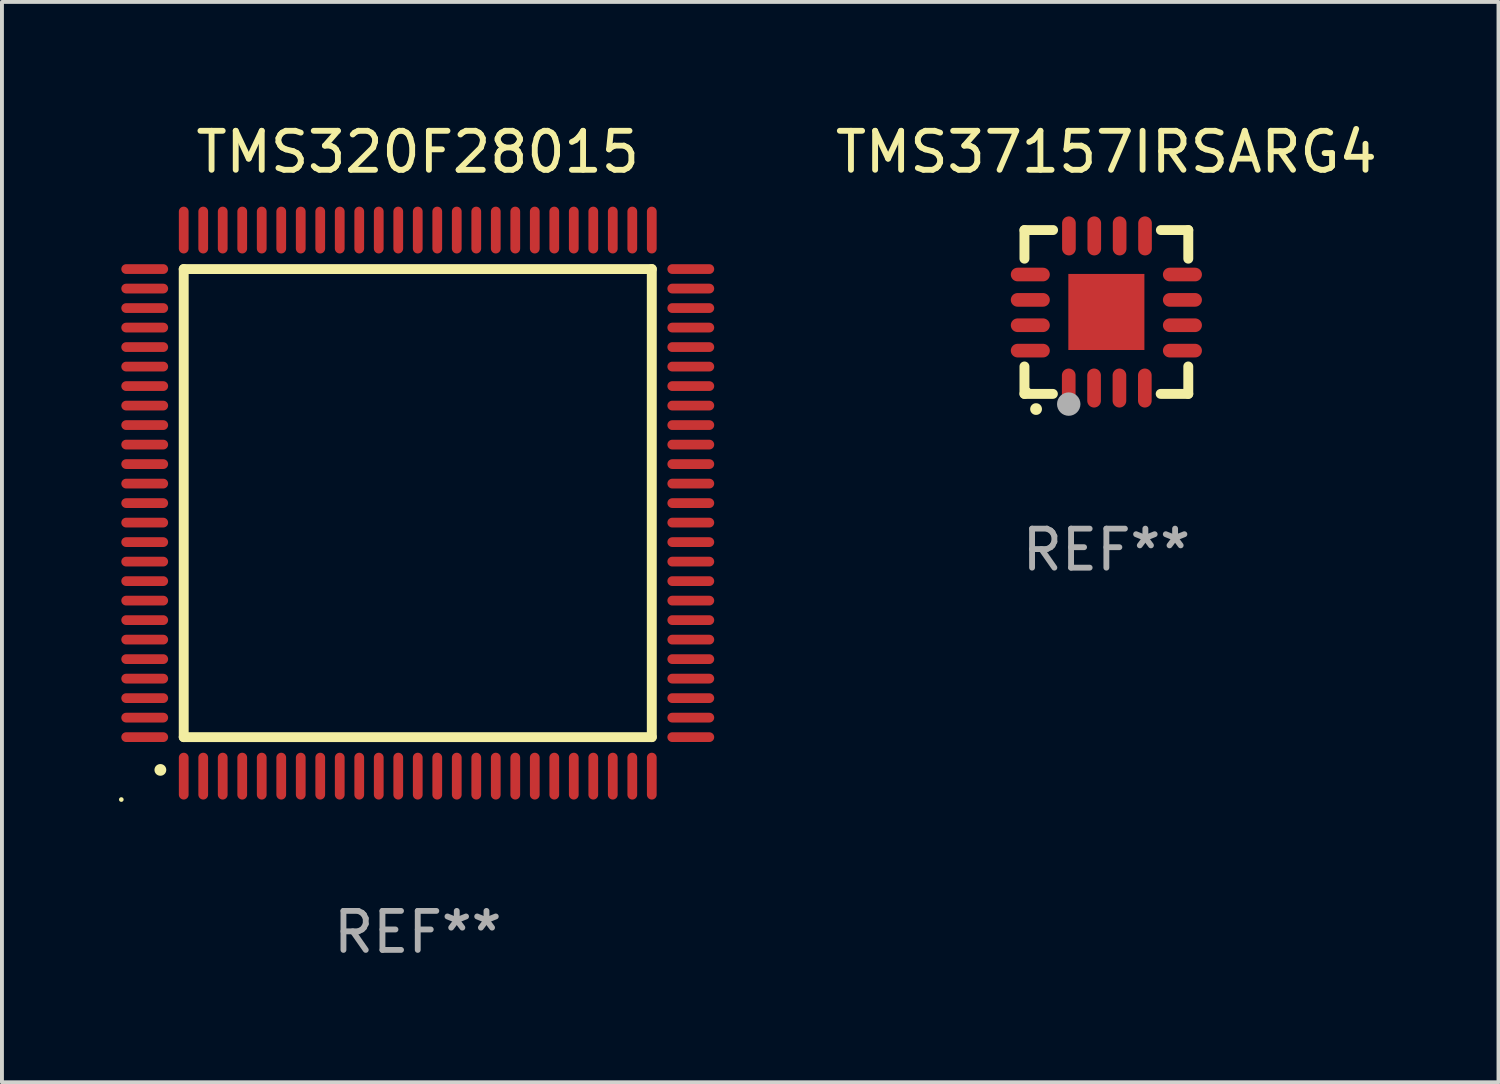
<source format=kicad_pcb>
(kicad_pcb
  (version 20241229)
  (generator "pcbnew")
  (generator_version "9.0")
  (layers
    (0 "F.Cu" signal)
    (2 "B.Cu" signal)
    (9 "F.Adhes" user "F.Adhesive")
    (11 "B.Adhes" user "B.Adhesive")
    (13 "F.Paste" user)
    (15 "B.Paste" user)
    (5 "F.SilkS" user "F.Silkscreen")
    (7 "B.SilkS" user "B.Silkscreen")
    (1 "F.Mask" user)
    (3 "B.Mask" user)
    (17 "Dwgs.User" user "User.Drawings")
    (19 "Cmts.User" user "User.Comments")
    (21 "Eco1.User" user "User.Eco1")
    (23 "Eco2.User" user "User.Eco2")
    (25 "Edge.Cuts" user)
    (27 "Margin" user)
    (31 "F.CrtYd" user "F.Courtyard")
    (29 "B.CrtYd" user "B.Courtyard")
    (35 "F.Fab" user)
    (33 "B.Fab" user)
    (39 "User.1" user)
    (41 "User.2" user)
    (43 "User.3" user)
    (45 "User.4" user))
  (footprint "TMS37157IRSARG4"
    (layer "F.Cu")
    (at 25.314 4.948)
    (property "Reference" "TMS37157IRSARG4" (at 0 -4.1 0) (layer "F.SilkS") (effects (font (size 1 1) (thickness 0.15))))
    (attr through_hole)
    (fp_line (start -2.1 -2.1) (end -1.366 -2.1) (stroke (width 0.254) (type solid)) (layer "F.SilkS"))
    (fp_line (start -2.1 -1.366) (end -2.1 -2.1) (stroke (width 0.254) (type solid)) (layer "F.SilkS"))
    (fp_line (start -2.1 2.1) (end -2.1 1.397) (stroke (width 0.254) (type solid)) (layer "F.SilkS"))
    (fp_line (start -2.1 2.1) (end -1.371 2.1) (stroke (width 0.254) (type solid)) (layer "F.SilkS"))
    (fp_line (start 1.392 2.1) (end 2.1 2.1) (stroke (width 0.254) (type solid)) (layer "F.SilkS"))
    (fp_line (start 1.397 -2.1) (end 2.1 -2.1) (stroke (width 0.254) (type solid)) (layer "F.SilkS"))
    (fp_line (start 2.1 -1.366) (end 2.1 -2.1) (stroke (width 0.254) (type solid)) (layer "F.SilkS"))
    (fp_line (start 2.1 2.1) (end 2.1 1.397) (stroke (width 0.254) (type solid)) (layer "F.SilkS"))
    (fp_arc (start -1.803404 2.489205) (mid -1.802134 2.4892) (end -1.800864 2.489205) (stroke (width 0.3) (type solid)) (layer "F.SilkS"))
    (fp_circle (center -2 2) (end -1.97 2) (stroke (width 0.06) (type solid)) (fill no) (layer "F.SilkS"))
    (fp_circle (center -0.965 2.362) (end -0.815 2.362) (stroke (width 0.3) (type solid)) (fill no) (layer "F.Fab"))
    (fp_text user "REF**" (at 0 6.1 0) (layer "F.Fab") (effects (font (size 1 1) (thickness 0.15))))
    (pad "1" smd oval (at -0.965 1.95) (size 0.35 1) (layers "F.Cu" "F.Mask" "F.Paste"))
    (pad "2" smd oval (at -0.315 1.95) (size 0.35 1) (layers "F.Cu" "F.Mask" "F.Paste"))
    (pad "3" smd oval (at 0.335 1.95) (size 0.35 1) (layers "F.Cu" "F.Mask" "F.Paste"))
    (pad "4" smd oval (at 0.986 1.95) (size 0.35 1) (layers "F.Cu" "F.Mask" "F.Paste"))
    (pad "5" smd oval (at 1.95 0.991) (size 1 0.35) (layers "F.Cu" "F.Mask" "F.Paste"))
    (pad "6" smd oval (at 1.95 0.34) (size 1 0.35) (layers "F.Cu" "F.Mask" "F.Paste"))
    (pad "7" smd oval (at 1.95 -0.31) (size 1 0.35) (layers "F.Cu" "F.Mask" "F.Paste"))
    (pad "8" smd oval (at 1.95 -0.96) (size 1 0.35) (layers "F.Cu" "F.Mask" "F.Paste"))
    (pad "9" smd oval (at 0.991 -1.95) (size 0.35 1) (layers "F.Cu" "F.Mask" "F.Paste"))
    (pad "10" smd oval (at 0.34 -1.95) (size 0.35 1) (layers "F.Cu" "F.Mask" "F.Paste"))
    (pad "11" smd oval (at -0.31 -1.95) (size 0.35 1) (layers "F.Cu" "F.Mask" "F.Paste"))
    (pad "12" smd oval (at -0.96 -1.95) (size 0.35 1) (layers "F.Cu" "F.Mask" "F.Paste"))
    (pad "13" smd oval (at -1.95 -0.96) (size 1 0.35) (layers "F.Cu" "F.Mask" "F.Paste"))
    (pad "14" smd oval (at -1.95 -0.31) (size 1 0.35) (layers "F.Cu" "F.Mask" "F.Paste"))
    (pad "15" smd oval (at -1.95 0.34) (size 1 0.35) (layers "F.Cu" "F.Mask" "F.Paste"))
    (pad "16" smd oval (at -1.95 0.991) (size 1 0.35) (layers "F.Cu" "F.Mask" "F.Paste"))
    (pad "17" smd rect (at 0 0) (size 1.95 1.95) (layers "F.Cu" "F.Mask" "F.Paste")))
  (footprint "TMS320F28015"
    (layer "F.Cu")
    (at 7.66 9.848)
    (property "Reference" "TMS320F28015" (at 0 -9 0) (layer "F.SilkS") (effects (font (size 1 1) (thickness 0.15))))
    (attr through_hole)
    (fp_line (start -6 -6) (end 6 -6) (stroke (width 0.254) (type solid)) (layer "F.SilkS"))
    (fp_line (start -6 6) (end -6 -6) (stroke (width 0.254) (type solid)) (layer "F.SilkS"))
    (fp_line (start 6 -6) (end 6 6) (stroke (width 0.254) (type solid)) (layer "F.SilkS"))
    (fp_line (start 6 6) (end -6 6) (stroke (width 0.254) (type solid)) (layer "F.SilkS"))
    (fp_arc (start -6.600025 6.840005) (mid -6.598755 6.84) (end -6.597485 6.840005) (stroke (width 0.3) (type solid)) (layer "F.SilkS"))
    (fp_circle (center -7.6 7.6) (end -7.57 7.6) (stroke (width 0.06) (type solid)) (fill no) (layer "F.SilkS"))
    (fp_text user "REF**" (at 0 11 0) (layer "F.Fab") (effects (font (size 1 1) (thickness 0.15))))
    (pad "1" smd oval (at -6 7 180) (size 0.25 1.2) (layers "F.Cu" "F.Mask" "F.Paste"))
    (pad "2" smd oval (at -5.5 7 180) (size 0.25 1.2) (layers "F.Cu" "F.Mask" "F.Paste"))
    (pad "3" smd oval (at -5 7 180) (size 0.25 1.2) (layers "F.Cu" "F.Mask" "F.Paste"))
    (pad "4" smd oval (at -4.5 7 180) (size 0.25 1.2) (layers "F.Cu" "F.Mask" "F.Paste"))
    (pad "5" smd oval (at -4 7 180) (size 0.25 1.2) (layers "F.Cu" "F.Mask" "F.Paste"))
    (pad "6" smd oval (at -3.5 7 180) (size 0.25 1.2) (layers "F.Cu" "F.Mask" "F.Paste"))
    (pad "7" smd oval (at -3 7 180) (size 0.25 1.2) (layers "F.Cu" "F.Mask" "F.Paste"))
    (pad "8" smd oval (at -2.5 7 180) (size 0.25 1.2) (layers "F.Cu" "F.Mask" "F.Paste"))
    (pad "9" smd oval (at -2 7 180) (size 0.25 1.2) (layers "F.Cu" "F.Mask" "F.Paste"))
    (pad "10" smd oval (at -1.5 7 180) (size 0.25 1.2) (layers "F.Cu" "F.Mask" "F.Paste"))
    (pad "11" smd oval (at -1 7 180) (size 0.25 1.2) (layers "F.Cu" "F.Mask" "F.Paste"))
    (pad "12" smd oval (at -0.5 7 180) (size 0.25 1.2) (layers "F.Cu" "F.Mask" "F.Paste"))
    (pad "13" smd oval (at 0 7 180) (size 0.25 1.2) (layers "F.Cu" "F.Mask" "F.Paste"))
    (pad "14" smd oval (at 0.5 7 180) (size 0.25 1.2) (layers "F.Cu" "F.Mask" "F.Paste"))
    (pad "15" smd oval (at 1 7 180) (size 0.25 1.2) (layers "F.Cu" "F.Mask" "F.Paste"))
    (pad "16" smd oval (at 1.5 7 180) (size 0.25 1.2) (layers "F.Cu" "F.Mask" "F.Paste"))
    (pad "17" smd oval (at 2 7 180) (size 0.25 1.2) (layers "F.Cu" "F.Mask" "F.Paste"))
    (pad "18" smd oval (at 2.5 7 180) (size 0.25 1.2) (layers "F.Cu" "F.Mask" "F.Paste"))
    (pad "19" smd oval (at 3 7 180) (size 0.25 1.2) (layers "F.Cu" "F.Mask" "F.Paste"))
    (pad "20" smd oval (at 3.5 7 180) (size 0.25 1.2) (layers "F.Cu" "F.Mask" "F.Paste"))
    (pad "21" smd oval (at 4 7 180) (size 0.25 1.2) (layers "F.Cu" "F.Mask" "F.Paste"))
    (pad "22" smd oval (at 4.5 7 180) (size 0.25 1.2) (layers "F.Cu" "F.Mask" "F.Paste"))
    (pad "23" smd oval (at 5 7 180) (size 0.25 1.2) (layers "F.Cu" "F.Mask" "F.Paste"))
    (pad "24" smd oval (at 5.5 7 180) (size 0.25 1.2) (layers "F.Cu" "F.Mask" "F.Paste"))
    (pad "25" smd oval (at 6 7 180) (size 0.25 1.2) (layers "F.Cu" "F.Mask" "F.Paste"))
    (pad "26" smd oval (at 7 6 90) (size 0.25 1.2) (layers "F.Cu" "F.Mask" "F.Paste"))
    (pad "27" smd oval (at 7 5.5 90) (size 0.25 1.2) (layers "F.Cu" "F.Mask" "F.Paste"))
    (pad "28" smd oval (at 7 5 90) (size 0.25 1.2) (layers "F.Cu" "F.Mask" "F.Paste"))
    (pad "29" smd oval (at 7 4.5 90) (size 0.25 1.2) (layers "F.Cu" "F.Mask" "F.Paste"))
    (pad "30" smd oval (at 7 4 90) (size 0.25 1.2) (layers "F.Cu" "F.Mask" "F.Paste"))
    (pad "31" smd oval (at 7 3.5 90) (size 0.25 1.2) (layers "F.Cu" "F.Mask" "F.Paste"))
    (pad "32" smd oval (at 7 3 90) (size 0.25 1.2) (layers "F.Cu" "F.Mask" "F.Paste"))
    (pad "33" smd oval (at 7 2.5 90) (size 0.25 1.2) (layers "F.Cu" "F.Mask" "F.Paste"))
    (pad "34" smd oval (at 7 2 90) (size 0.25 1.2) (layers "F.Cu" "F.Mask" "F.Paste"))
    (pad "35" smd oval (at 7 1.5 90) (size 0.25 1.2) (layers "F.Cu" "F.Mask" "F.Paste"))
    (pad "36" smd oval (at 7 1 90) (size 0.25 1.2) (layers "F.Cu" "F.Mask" "F.Paste"))
    (pad "37" smd oval (at 7 0.5 90) (size 0.25 1.2) (layers "F.Cu" "F.Mask" "F.Paste"))
    (pad "38" smd oval (at 7 0 90) (size 0.25 1.2) (layers "F.Cu" "F.Mask" "F.Paste"))
    (pad "39" smd oval (at 7 -0.5 90) (size 0.25 1.2) (layers "F.Cu" "F.Mask" "F.Paste"))
    (pad "40" smd oval (at 7 -1 90) (size 0.25 1.2) (layers "F.Cu" "F.Mask" "F.Paste"))
    (pad "41" smd oval (at 7 -1.5 90) (size 0.25 1.2) (layers "F.Cu" "F.Mask" "F.Paste"))
    (pad "42" smd oval (at 7 -2 90) (size 0.25 1.2) (layers "F.Cu" "F.Mask" "F.Paste"))
    (pad "43" smd oval (at 7 -2.5 90) (size 0.25 1.2) (layers "F.Cu" "F.Mask" "F.Paste"))
    (pad "44" smd oval (at 7 -3 90) (size 0.25 1.2) (layers "F.Cu" "F.Mask" "F.Paste"))
    (pad "45" smd oval (at 7 -3.5 90) (size 0.25 1.2) (layers "F.Cu" "F.Mask" "F.Paste"))
    (pad "46" smd oval (at 7 -4 90) (size 0.25 1.2) (layers "F.Cu" "F.Mask" "F.Paste"))
    (pad "47" smd oval (at 7 -4.5 90) (size 0.25 1.2) (layers "F.Cu" "F.Mask" "F.Paste"))
    (pad "48" smd oval (at 7 -5 90) (size 0.25 1.2) (layers "F.Cu" "F.Mask" "F.Paste"))
    (pad "49" smd oval (at 7 -5.5 90) (size 0.25 1.2) (layers "F.Cu" "F.Mask" "F.Paste"))
    (pad "50" smd oval (at 7 -6 90) (size 0.25 1.2) (layers "F.Cu" "F.Mask" "F.Paste"))
    (pad "51" smd oval (at 6 -7 180) (size 0.25 1.2) (layers "F.Cu" "F.Mask" "F.Paste"))
    (pad "52" smd oval (at 5.5 -7 180) (size 0.25 1.2) (layers "F.Cu" "F.Mask" "F.Paste"))
    (pad "53" smd oval (at 5 -7 180) (size 0.25 1.2) (layers "F.Cu" "F.Mask" "F.Paste"))
    (pad "54" smd oval (at 4.5 -7 180) (size 0.25 1.2) (layers "F.Cu" "F.Mask" "F.Paste"))
    (pad "55" smd oval (at 4 -7 180) (size 0.25 1.2) (layers "F.Cu" "F.Mask" "F.Paste"))
    (pad "56" smd oval (at 3.5 -7 180) (size 0.25 1.2) (layers "F.Cu" "F.Mask" "F.Paste"))
    (pad "57" smd oval (at 3 -7 180) (size 0.25 1.2) (layers "F.Cu" "F.Mask" "F.Paste"))
    (pad "58" smd oval (at 2.5 -7 180) (size 0.25 1.2) (layers "F.Cu" "F.Mask" "F.Paste"))
    (pad "59" smd oval (at 2 -7 180) (size 0.25 1.2) (layers "F.Cu" "F.Mask" "F.Paste"))
    (pad "60" smd oval (at 1.5 -7 180) (size 0.25 1.2) (layers "F.Cu" "F.Mask" "F.Paste"))
    (pad "61" smd oval (at 1 -7 180) (size 0.25 1.2) (layers "F.Cu" "F.Mask" "F.Paste"))
    (pad "62" smd oval (at 0.5 -7 180) (size 0.25 1.2) (layers "F.Cu" "F.Mask" "F.Paste"))
    (pad "63" smd oval (at 0 -7 180) (size 0.25 1.2) (layers "F.Cu" "F.Mask" "F.Paste"))
    (pad "64" smd oval (at -0.5 -7 180) (size 0.25 1.2) (layers "F.Cu" "F.Mask" "F.Paste"))
    (pad "65" smd oval (at -1 -7 180) (size 0.25 1.2) (layers "F.Cu" "F.Mask" "F.Paste"))
    (pad "66" smd oval (at -1.5 -7 180) (size 0.25 1.2) (layers "F.Cu" "F.Mask" "F.Paste"))
    (pad "67" smd oval (at -2 -7 180) (size 0.25 1.2) (layers "F.Cu" "F.Mask" "F.Paste"))
    (pad "68" smd oval (at -2.5 -7 180) (size 0.25 1.2) (layers "F.Cu" "F.Mask" "F.Paste"))
    (pad "69" smd oval (at -3 -7 180) (size 0.25 1.2) (layers "F.Cu" "F.Mask" "F.Paste"))
    (pad "70" smd oval (at -3.5 -7 180) (size 0.25 1.2) (layers "F.Cu" "F.Mask" "F.Paste"))
    (pad "71" smd oval (at -4 -7 180) (size 0.25 1.2) (layers "F.Cu" "F.Mask" "F.Paste"))
    (pad "72" smd oval (at -4.5 -7 180) (size 0.25 1.2) (layers "F.Cu" "F.Mask" "F.Paste"))
    (pad "73" smd oval (at -5 -7 180) (size 0.25 1.2) (layers "F.Cu" "F.Mask" "F.Paste"))
    (pad "74" smd oval (at -5.5 -7 180) (size 0.25 1.2) (layers "F.Cu" "F.Mask" "F.Paste"))
    (pad "75" smd oval (at -6 -7 180) (size 0.25 1.2) (layers "F.Cu" "F.Mask" "F.Paste"))
    (pad "76" smd oval (at -7 -6 90) (size 0.25 1.2) (layers "F.Cu" "F.Mask" "F.Paste"))
    (pad "77" smd oval (at -7 -5.5 90) (size 0.25 1.2) (layers "F.Cu" "F.Mask" "F.Paste"))
    (pad "78" smd oval (at -7 -5 90) (size 0.25 1.2) (layers "F.Cu" "F.Mask" "F.Paste"))
    (pad "79" smd oval (at -7 -4.5 90) (size 0.25 1.2) (layers "F.Cu" "F.Mask" "F.Paste"))
    (pad "80" smd oval (at -7 -4 90) (size 0.25 1.2) (layers "F.Cu" "F.Mask" "F.Paste"))
    (pad "81" smd oval (at -7 -3.5 90) (size 0.25 1.2) (layers "F.Cu" "F.Mask" "F.Paste"))
    (pad "82" smd oval (at -7 -3 90) (size 0.25 1.2) (layers "F.Cu" "F.Mask" "F.Paste"))
    (pad "83" smd oval (at -7 -2.5 90) (size 0.25 1.2) (layers "F.Cu" "F.Mask" "F.Paste"))
    (pad "84" smd oval (at -7 -2 90) (size 0.25 1.2) (layers "F.Cu" "F.Mask" "F.Paste"))
    (pad "85" smd oval (at -7 -1.5 90) (size 0.25 1.2) (layers "F.Cu" "F.Mask" "F.Paste"))
    (pad "86" smd oval (at -7 -1 90) (size 0.25 1.2) (layers "F.Cu" "F.Mask" "F.Paste"))
    (pad "87" smd oval (at -7 -0.5 90) (size 0.25 1.2) (layers "F.Cu" "F.Mask" "F.Paste"))
    (pad "88" smd oval (at -7 0 90) (size 0.25 1.2) (layers "F.Cu" "F.Mask" "F.Paste"))
    (pad "89" smd oval (at -7 0.5 90) (size 0.25 1.2) (layers "F.Cu" "F.Mask" "F.Paste"))
    (pad "90" smd oval (at -7 1 90) (size 0.25 1.2) (layers "F.Cu" "F.Mask" "F.Paste"))
    (pad "91" smd oval (at -7 1.5 90) (size 0.25 1.2) (layers "F.Cu" "F.Mask" "F.Paste"))
    (pad "92" smd oval (at -7 2 90) (size 0.25 1.2) (layers "F.Cu" "F.Mask" "F.Paste"))
    (pad "93" smd oval (at -7 2.5 90) (size 0.25 1.2) (layers "F.Cu" "F.Mask" "F.Paste"))
    (pad "94" smd oval (at -7 3 90) (size 0.25 1.2) (layers "F.Cu" "F.Mask" "F.Paste"))
    (pad "95" smd oval (at -7 3.5 90) (size 0.25 1.2) (layers "F.Cu" "F.Mask" "F.Paste"))
    (pad "96" smd oval (at -7 4 90) (size 0.25 1.2) (layers "F.Cu" "F.Mask" "F.Paste"))
    (pad "97" smd oval (at -7 4.5 90) (size 0.25 1.2) (layers "F.Cu" "F.Mask" "F.Paste"))
    (pad "98" smd oval (at -7 5 90) (size 0.25 1.2) (layers "F.Cu" "F.Mask" "F.Paste"))
    (pad "99" smd oval (at -7 5.5 90) (size 0.25 1.2) (layers "F.Cu" "F.Mask" "F.Paste"))
    (pad "100" smd oval (at -7 6 90) (size 0.25 1.2) (layers "F.Cu" "F.Mask" "F.Paste")))
  (gr_rect
    (start -3 -3)
    (end 35.367 24.697)
    (stroke (width 0.1) (type default))
    (fill no)
    (layer "Edge.Cuts")))
</source>
